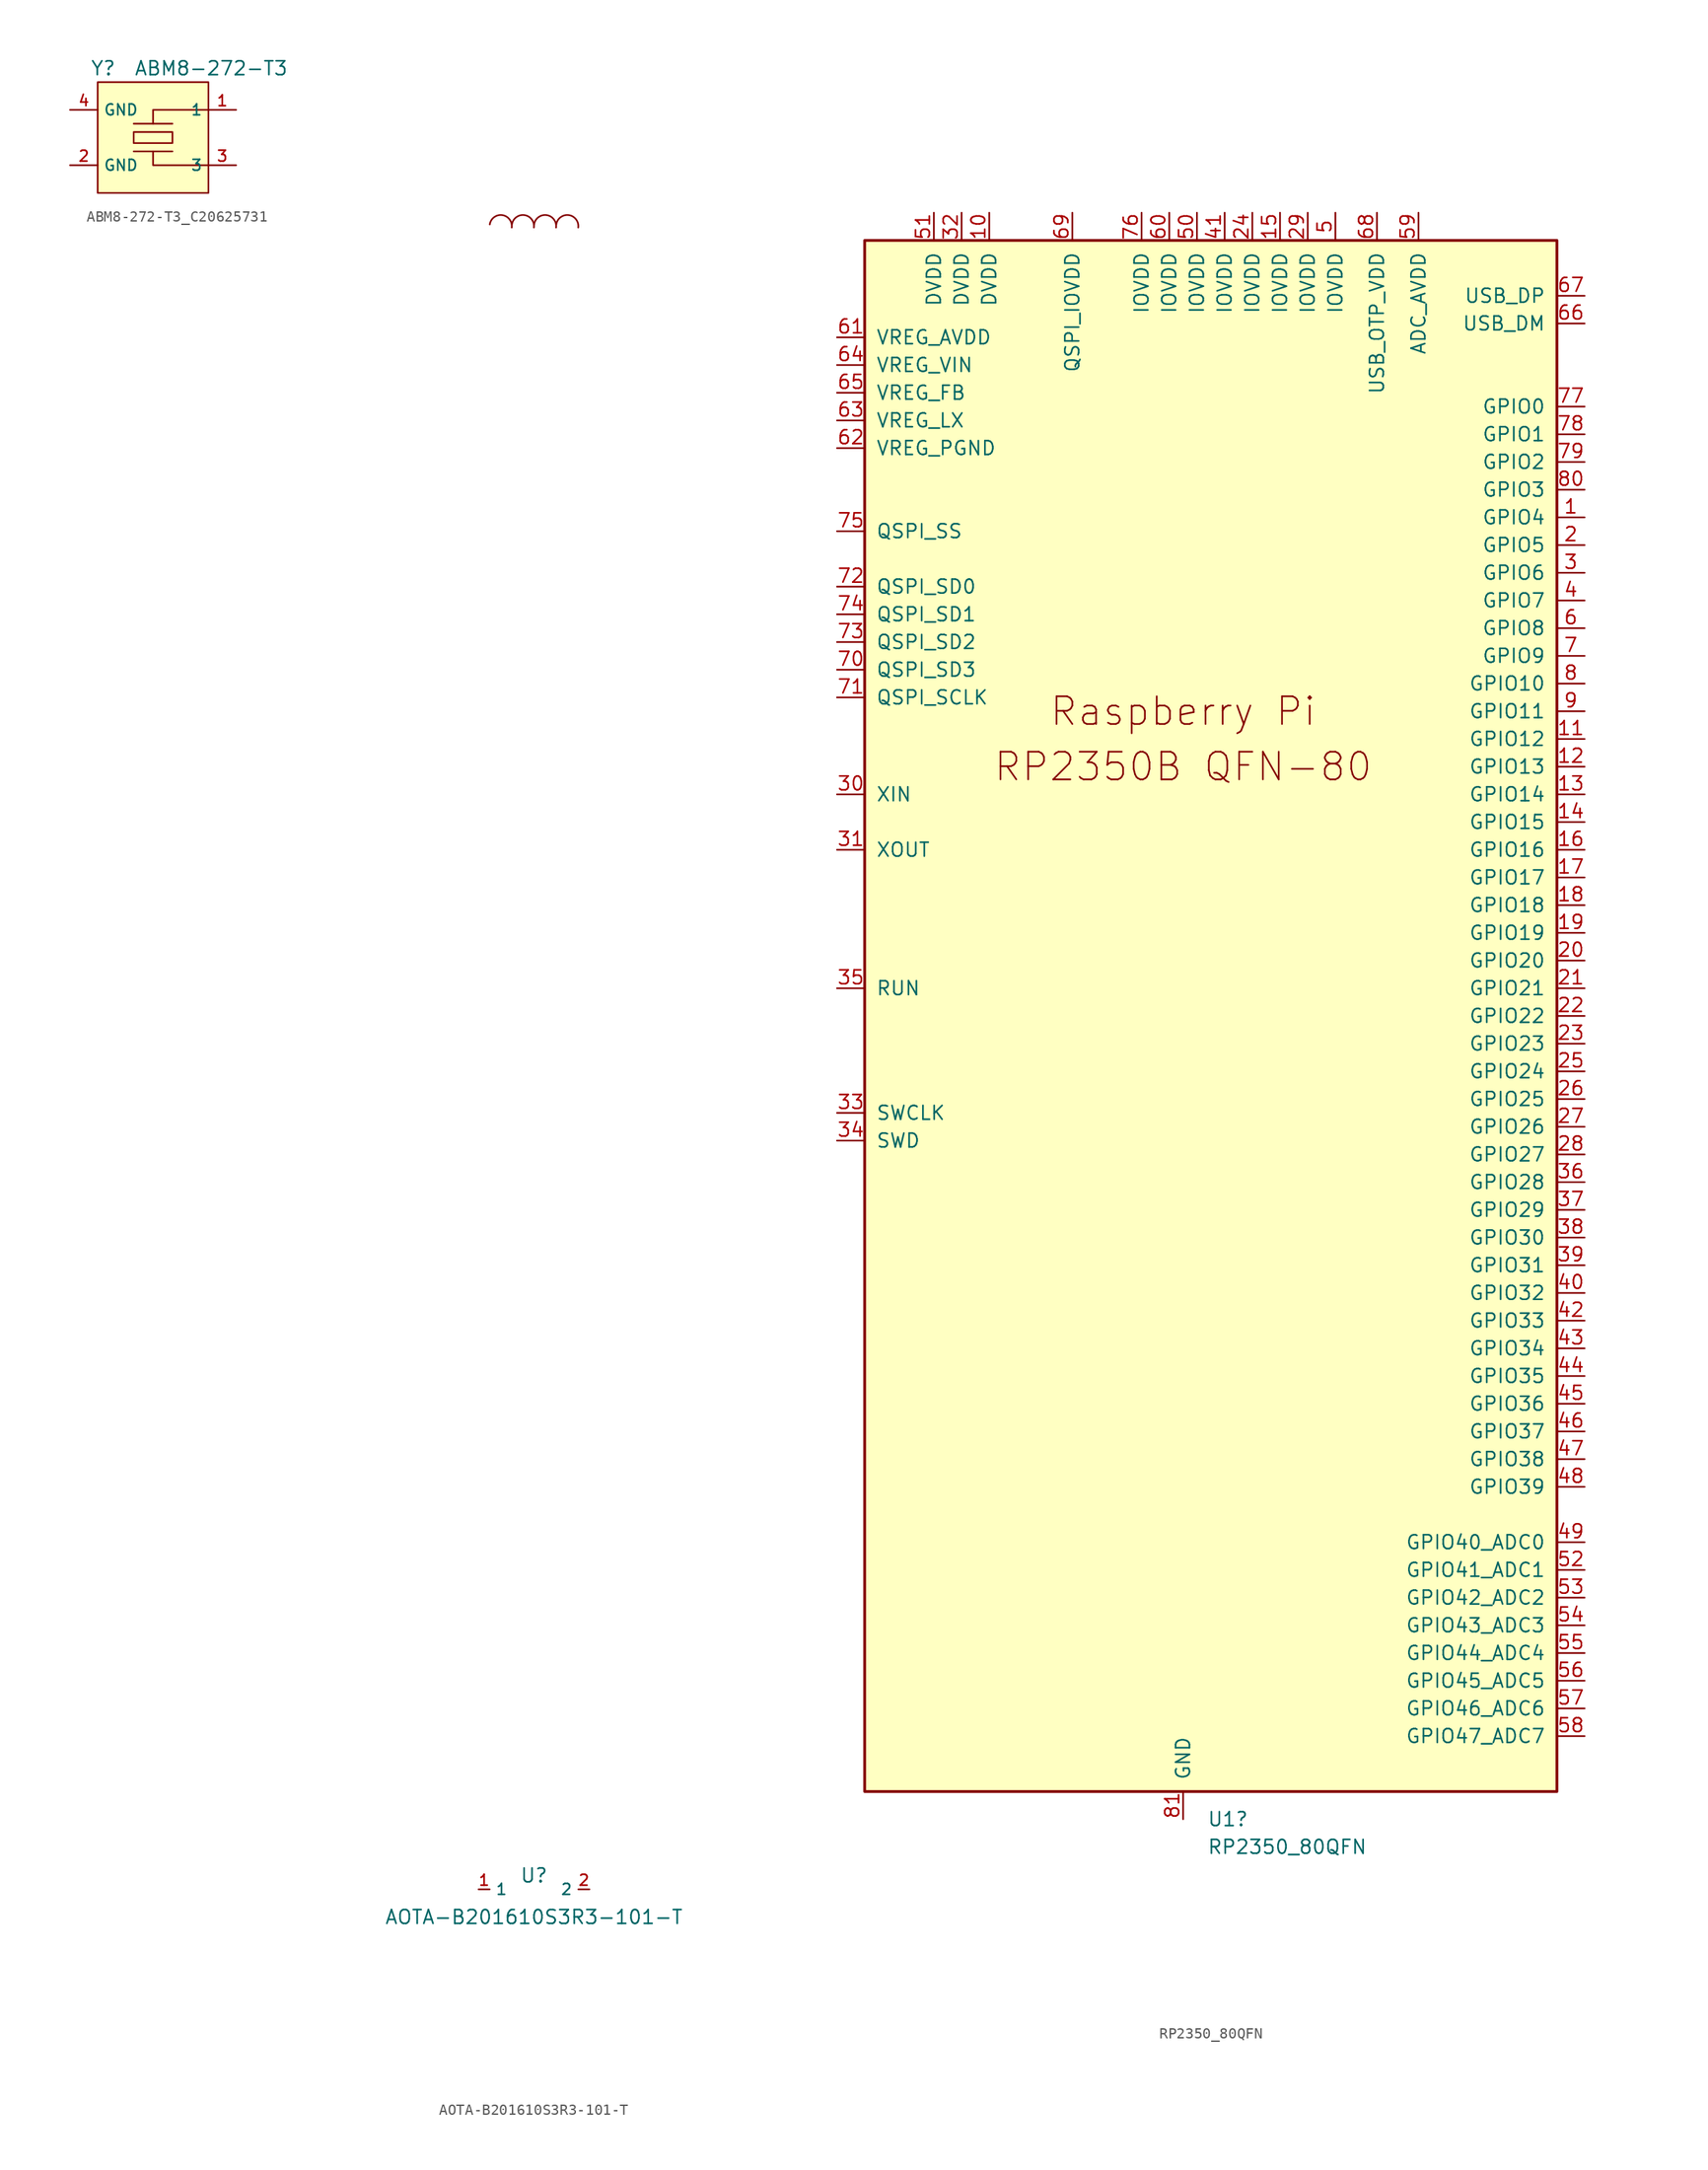
<source format=kicad_sym>
(kicad_symbol_lib
  (version 20231120)
  (generator "kicad_symbol_editor")
  (generator_version "8.0")
  (symbol "ABM8-272-T3_C20625731"
    (property "Reference" "Y"
      (at -4.572 6.35 0)
      (effects (font (size 1.27 1.27))))
    (property "Value" "ABM8-272-T3"
      (at 5.334 6.35 0)
      (effects (font (size 1.27 1.27))))
    (symbol "ABM8-272-T3_C20625731_0_1"
      (rectangle (start -5.08 5.08) (end 5.08 -5.08) (stroke (width 0) (type default)) (fill (type background)))
      (rectangle (start -1.778 0.508) (end 1.778 -0.508) (stroke (width 0) (type default)) (fill (type background)))
      (polyline (pts (xy 1.778 -1.27) (xy -1.778 -1.27)) (stroke (width 0) (type default)) (fill (type none)))
      (polyline (pts (xy 1.778 1.27) (xy -1.778 1.27)) (stroke (width 0) (type default)) (fill (type none)))
      (polyline (pts (xy 5.08 -2.54) (xy 0 -2.54) (xy 0 -2.54) (xy 0 -1.27)) (stroke (width 0) (type default)) (fill (type none)))
      (polyline (pts (xy 5.08 2.54) (xy 2.54 2.54) (xy 0 2.54) (xy 0 1.27)) (stroke (width 0) (type default)) (fill (type none)))
      (pin input line (at 7.62 2.54 180) (length 2.54) (name "1" (effects (font (size 1 1)))) (number "1" (effects (font (size 1 1)))))
      (pin input line (at -7.62 -2.54 0) (length 2.54) (name "GND" (effects (font (size 1 1)))) (number "2" (effects (font (size 1 1)))))
      (pin input line (at 7.62 -2.54 180) (length 2.54) (name "3" (effects (font (size 1 1)))) (number "3" (effects (font (size 1 1)))))
      (pin input line (at -7.62 2.54 0) (length 2.54) (name "GND" (effects (font (size 1 1)))) (number "4" (effects (font (size 1 1)))))))
  (symbol "AOTA-B201610S3R3-101-T"
    (property "Reference" "U"
      (at 0 1.27 0)
      (effects (font (size 1.27 1.27))))
    (property "Value" "AOTA-B201610S3R3-101-T"
      (at 0 -2.54 0)
      (effects (font (size 1.27 1.27))))
    (symbol "AOTA-B201610S3R3-101-T_0_1"
      (pin unspecified line (at 5.08 -0.0 180) (length 1.016) (name "2" (effects (font (size 1 1)))) (number "2" (effects (font (size 1 1)))))
      (pin unspecified line (at -5.08 -0.0 0) (length 1.016) (name "1" (effects (font (size 1 1)))) (number "1" (effects (font (size 1 1)))))
      (arc (start -2.041878763884499 152.2589971530446) (mid -2.9066984615212488 153.40643219490732) (end -4.0541334922236425 152.54161248246314) (stroke (width 0) (type default) (color 0 0 0 0)) (fill (type none)))
      (arc (start -0.009874699876370796 152.2589971530446) (mid -0.8746943975131207 153.40643219490732) (end -2.0221294282155147 152.54161248246314) (stroke (width 0) (type default) (color 0 0 0 0)) (fill (type none)))
      (arc (start 4.0541334281398855 152.2589971530446) (mid 3.1893137305031356 153.40643219490732) (end 2.0418786998007414 152.54161248246314) (stroke (width 0) (type default) (color 0 0 0 0)) (fill (type none)))
      (arc (start 2.0221293641317573 152.2589971530446) (mid 1.1573096664950073 153.40643219490732) (end 0.009874635792613502 152.54161248246314) (stroke (width 0) (type default) (color 0 0 0 0)) (fill (type none)))))
  (symbol "RP2350_80QFN"
    (pin_names
      (offset 1.016))
    (property "Reference" "U1"
      (at 2.194 -96.52 0)
      (effects (font (size 1.27 1.27)) (justify left)))
    (property "Value" "RP2350_80QFN"
      (at 2.194 -99.06 0)
      (effects (font (size 1.27 1.27)) (justify left)))
    (symbol "RP2350_80QFN_0_0"
      (text "Raspberry Pi" (at 0 5.08 0) (effects (font (size 2.54 2.54)))))
    (symbol "RP2350_80QFN_0_1"
      (rectangle (start -29.21 48.26) (end 34.29 -93.98) (stroke (width 0.254) (type default)) (fill (type background))))
    (symbol "RP2350_80QFN_1_0"
      (text "RP2350B QFN-80" (at 0 0 0) (effects (font (size 2.54 2.54)))))
    (symbol "RP2350_80QFN_1_1"
      (pin bidirectional line (at 36.83 22.86 180) (length 2.54) (name "GPIO4" (effects (font (size 1.27 1.27)))) (number "1" (effects (font (size 1.27 1.27)))))
      (pin power_in line (at -17.78 50.8 270) (length 2.54) (name "DVDD" (effects (font (size 1.27 1.27)))) (number "10" (effects (font (size 1.27 1.27)))))
      (pin bidirectional line (at 36.83 2.54 180) (length 2.54) (name "GPIO12" (effects (font (size 1.27 1.27)))) (number "11" (effects (font (size 1.27 1.27)))))
      (pin bidirectional line (at 36.83 0 180) (length 2.54) (name "GPIO13" (effects (font (size 1.27 1.27)))) (number "12" (effects (font (size 1.27 1.27)))))
      (pin bidirectional line (at 36.83 -2.54 180) (length 2.54) (name "GPIO14" (effects (font (size 1.27 1.27)))) (number "13" (effects (font (size 1.27 1.27)))))
      (pin bidirectional line (at 36.83 -5.08 180) (length 2.54) (name "GPIO15" (effects (font (size 1.27 1.27)))) (number "14" (effects (font (size 1.27 1.27)))))
      (pin power_in line (at 8.89 50.8 270) (length 2.54) (name "IOVDD" (effects (font (size 1.27 1.27)))) (number "15" (effects (font (size 1.27 1.27)))))
      (pin bidirectional line (at 36.83 -7.62 180) (length 2.54) (name "GPIO16" (effects (font (size 1.27 1.27)))) (number "16" (effects (font (size 1.27 1.27)))))
      (pin bidirectional line (at 36.83 -10.16 180) (length 2.54) (name "GPIO17" (effects (font (size 1.27 1.27)))) (number "17" (effects (font (size 1.27 1.27)))))
      (pin bidirectional line (at 36.83 -12.7 180) (length 2.54) (name "GPIO18" (effects (font (size 1.27 1.27)))) (number "18" (effects (font (size 1.27 1.27)))))
      (pin bidirectional line (at 36.83 -15.24 180) (length 2.54) (name "GPIO19" (effects (font (size 1.27 1.27)))) (number "19" (effects (font (size 1.27 1.27)))))
      (pin bidirectional line (at 36.83 20.32 180) (length 2.54) (name "GPIO5" (effects (font (size 1.27 1.27)))) (number "2" (effects (font (size 1.27 1.27)))))
      (pin bidirectional line (at 36.83 -17.78 180) (length 2.54) (name "GPIO20" (effects (font (size 1.27 1.27)))) (number "20" (effects (font (size 1.27 1.27)))))
      (pin bidirectional line (at 36.83 -20.32 180) (length 2.54) (name "GPIO21" (effects (font (size 1.27 1.27)))) (number "21" (effects (font (size 1.27 1.27)))))
      (pin bidirectional line (at 36.83 -22.86 180) (length 2.54) (name "GPIO22" (effects (font (size 1.27 1.27)))) (number "22" (effects (font (size 1.27 1.27)))))
      (pin bidirectional line (at 36.83 -25.4 180) (length 2.54) (name "GPIO23" (effects (font (size 1.27 1.27)))) (number "23" (effects (font (size 1.27 1.27)))))
      (pin power_in line (at 6.35 50.8 270) (length 2.54) (name "IOVDD" (effects (font (size 1.27 1.27)))) (number "24" (effects (font (size 1.27 1.27)))))
      (pin bidirectional line (at 36.83 -27.94 180) (length 2.54) (name "GPIO24" (effects (font (size 1.27 1.27)))) (number "25" (effects (font (size 1.27 1.27)))))
      (pin bidirectional line (at 36.83 -30.48 180) (length 2.54) (name "GPIO25" (effects (font (size 1.27 1.27)))) (number "26" (effects (font (size 1.27 1.27)))))
      (pin bidirectional line (at 36.83 -33.02 180) (length 2.54) (name "GPIO26" (effects (font (size 1.27 1.27)))) (number "27" (effects (font (size 1.27 1.27)))))
      (pin bidirectional line (at 36.83 -35.56 180) (length 2.54) (name "GPIO27" (effects (font (size 1.27 1.27)))) (number "28" (effects (font (size 1.27 1.27)))))
      (pin power_in line (at 11.43 50.8 270) (length 2.54) (name "IOVDD" (effects (font (size 1.27 1.27)))) (number "29" (effects (font (size 1.27 1.27)))))
      (pin bidirectional line (at 36.83 17.78 180) (length 2.54) (name "GPIO6" (effects (font (size 1.27 1.27)))) (number "3" (effects (font (size 1.27 1.27)))))
      (pin input line (at -31.75 -2.54 0) (length 2.54) (name "XIN" (effects (font (size 1.27 1.27)))) (number "30" (effects (font (size 1.27 1.27)))))
      (pin passive line (at -31.75 -7.62 0) (length 2.54) (name "XOUT" (effects (font (size 1.27 1.27)))) (number "31" (effects (font (size 1.27 1.27)))))
      (pin power_in line (at -20.32 50.8 270) (length 2.54) (name "DVDD" (effects (font (size 1.27 1.27)))) (number "32" (effects (font (size 1.27 1.27)))))
      (pin output line (at -31.75 -31.75 0) (length 2.54) (name "SWCLK" (effects (font (size 1.27 1.27)))) (number "33" (effects (font (size 1.27 1.27)))))
      (pin bidirectional line (at -31.75 -34.29 0) (length 2.54) (name "SWD" (effects (font (size 1.27 1.27)))) (number "34" (effects (font (size 1.27 1.27)))))
      (pin input line (at -31.75 -20.32 0) (length 2.54) (name "RUN" (effects (font (size 1.27 1.27)))) (number "35" (effects (font (size 1.27 1.27)))))
      (pin bidirectional line (at 36.83 -38.1 180) (length 2.54) (name "GPIO28" (effects (font (size 1.27 1.27)))) (number "36" (effects (font (size 1.27 1.27)))))
      (pin bidirectional line (at 36.83 -40.64 180) (length 2.54) (name "GPIO29" (effects (font (size 1.27 1.27)))) (number "37" (effects (font (size 1.27 1.27)))))
      (pin bidirectional line (at 36.83 -43.18 180) (length 2.54) (name "GPIO30" (effects (font (size 1.27 1.27)))) (number "38" (effects (font (size 1.27 1.27)))))
      (pin bidirectional line (at 36.83 -45.72 180) (length 2.54) (name "GPIO31" (effects (font (size 1.27 1.27)))) (number "39" (effects (font (size 1.27 1.27)))))
      (pin bidirectional line (at 36.83 15.24 180) (length 2.54) (name "GPIO7" (effects (font (size 1.27 1.27)))) (number "4" (effects (font (size 1.27 1.27)))))
      (pin bidirectional line (at 36.83 -48.26 180) (length 2.54) (name "GPIO32" (effects (font (size 1.27 1.27)))) (number "40" (effects (font (size 1.27 1.27)))))
      (pin power_in line (at 3.81 50.8 270) (length 2.54) (name "IOVDD" (effects (font (size 1.27 1.27)))) (number "41" (effects (font (size 1.27 1.27)))))
      (pin bidirectional line (at 36.83 -50.8 180) (length 2.54) (name "GPIO33" (effects (font (size 1.27 1.27)))) (number "42" (effects (font (size 1.27 1.27)))))
      (pin bidirectional line (at 36.83 -53.34 180) (length 2.54) (name "GPIO34" (effects (font (size 1.27 1.27)))) (number "43" (effects (font (size 1.27 1.27)))))
      (pin bidirectional line (at 36.83 -55.88 180) (length 2.54) (name "GPIO35" (effects (font (size 1.27 1.27)))) (number "44" (effects (font (size 1.27 1.27)))))
      (pin bidirectional line (at 36.83 -58.42 180) (length 2.54) (name "GPIO36" (effects (font (size 1.27 1.27)))) (number "45" (effects (font (size 1.27 1.27)))))
      (pin bidirectional line (at 36.83 -60.96 180) (length 2.54) (name "GPIO37" (effects (font (size 1.27 1.27)))) (number "46" (effects (font (size 1.27 1.27)))))
      (pin bidirectional line (at 36.83 -63.5 180) (length 2.54) (name "GPIO38" (effects (font (size 1.27 1.27)))) (number "47" (effects (font (size 1.27 1.27)))))
      (pin bidirectional line (at 36.83 -66.04 180) (length 2.54) (name "GPIO39" (effects (font (size 1.27 1.27)))) (number "48" (effects (font (size 1.27 1.27)))))
      (pin bidirectional line (at 36.83 -71.12 180) (length 2.54) (name "GPIO40_ADC0" (effects (font (size 1.27 1.27)))) (number "49" (effects (font (size 1.27 1.27)))))
      (pin power_in line (at 13.97 50.8 270) (length 2.54) (name "IOVDD" (effects (font (size 1.27 1.27)))) (number "5" (effects (font (size 1.27 1.27)))))
      (pin power_in line (at 1.27 50.8 270) (length 2.54) (name "IOVDD" (effects (font (size 1.27 1.27)))) (number "50" (effects (font (size 1.27 1.27)))))
      (pin power_in line (at -22.86 50.8 270) (length 2.54) (name "DVDD" (effects (font (size 1.27 1.27)))) (number "51" (effects (font (size 1.27 1.27)))))
      (pin bidirectional line (at 36.83 -73.66 180) (length 2.54) (name "GPIO41_ADC1" (effects (font (size 1.27 1.27)))) (number "52" (effects (font (size 1.27 1.27)))))
      (pin bidirectional line (at 36.83 -76.2 180) (length 2.54) (name "GPIO42_ADC2" (effects (font (size 1.27 1.27)))) (number "53" (effects (font (size 1.27 1.27)))))
      (pin bidirectional line (at 36.83 -78.74 180) (length 2.54) (name "GPIO43_ADC3" (effects (font (size 1.27 1.27)))) (number "54" (effects (font (size 1.27 1.27)))))
      (pin bidirectional line (at 36.83 -81.28 180) (length 2.54) (name "GPIO44_ADC4" (effects (font (size 1.27 1.27)))) (number "55" (effects (font (size 1.27 1.27)))))
      (pin bidirectional line (at 36.83 -83.82 180) (length 2.54) (name "GPIO45_ADC5" (effects (font (size 1.27 1.27)))) (number "56" (effects (font (size 1.27 1.27)))))
      (pin bidirectional line (at 36.83 -86.36 180) (length 2.54) (name "GPIO46_ADC6" (effects (font (size 1.27 1.27)))) (number "57" (effects (font (size 1.27 1.27)))))
      (pin bidirectional line (at 36.83 -88.9 180) (length 2.54) (name "GPIO47_ADC7" (effects (font (size 1.27 1.27)))) (number "58" (effects (font (size 1.27 1.27)))))
      (pin power_in line (at 21.59 50.8 270) (length 2.54) (name "ADC_AVDD" (effects (font (size 1.27 1.27)))) (number "59" (effects (font (size 1.27 1.27)))))
      (pin bidirectional line (at 36.83 12.7 180) (length 2.54) (name "GPIO8" (effects (font (size 1.27 1.27)))) (number "6" (effects (font (size 1.27 1.27)))))
      (pin power_in line (at -1.27 50.8 270) (length 2.54) (name "IOVDD" (effects (font (size 1.27 1.27)))) (number "60" (effects (font (size 1.27 1.27)))))
      (pin power_in line (at -31.75 39.37 0) (length 2.54) (name "VREG_AVDD" (effects (font (size 1.27 1.27)))) (number "61" (effects (font (size 1.27 1.27)))))
      (pin power_in line (at -31.75 29.21 0) (length 2.54) (name "VREG_PGND" (effects (font (size 1.27 1.27)))) (number "62" (effects (font (size 1.27 1.27)))))
      (pin power_out line (at -31.75 31.75 0) (length 2.54) (name "VREG_LX" (effects (font (size 1.27 1.27)))) (number "63" (effects (font (size 1.27 1.27)))))
      (pin power_in line (at -31.75 36.83 0) (length 2.54) (name "VREG_VIN" (effects (font (size 1.27 1.27)))) (number "64" (effects (font (size 1.27 1.27)))))
      (pin input line (at -31.75 34.29 0) (length 2.54) (name "VREG_FB" (effects (font (size 1.27 1.27)))) (number "65" (effects (font (size 1.27 1.27)))))
      (pin bidirectional line (at 36.83 40.64 180) (length 2.54) (name "USB_DM" (effects (font (size 1.27 1.27)))) (number "66" (effects (font (size 1.27 1.27)))))
      (pin bidirectional line (at 36.83 43.18 180) (length 2.54) (name "USB_DP" (effects (font (size 1.27 1.27)))) (number "67" (effects (font (size 1.27 1.27)))))
      (pin power_in line (at 17.78 50.8 270) (length 2.54) (name "USB_OTP_VDD" (effects (font (size 1.27 1.27)))) (number "68" (effects (font (size 1.27 1.27)))))
      (pin power_in line (at -10.16 50.8 270) (length 2.54) (name "QSPI_IOVDD" (effects (font (size 1.27 1.27)))) (number "69" (effects (font (size 1.27 1.27)))))
      (pin bidirectional line (at 36.83 10.16 180) (length 2.54) (name "GPIO9" (effects (font (size 1.27 1.27)))) (number "7" (effects (font (size 1.27 1.27)))))
      (pin bidirectional line (at -31.75 8.89 0) (length 2.54) (name "QSPI_SD3" (effects (font (size 1.27 1.27)))) (number "70" (effects (font (size 1.27 1.27)))))
      (pin output line (at -31.75 6.35 0) (length 2.54) (name "QSPI_SCLK" (effects (font (size 1.27 1.27)))) (number "71" (effects (font (size 1.27 1.27)))))
      (pin bidirectional line (at -31.75 16.51 0) (length 2.54) (name "QSPI_SD0" (effects (font (size 1.27 1.27)))) (number "72" (effects (font (size 1.27 1.27)))))
      (pin bidirectional line (at -31.75 11.43 0) (length 2.54) (name "QSPI_SD2" (effects (font (size 1.27 1.27)))) (number "73" (effects (font (size 1.27 1.27)))))
      (pin bidirectional line (at -31.75 13.97 0) (length 2.54) (name "QSPI_SD1" (effects (font (size 1.27 1.27)))) (number "74" (effects (font (size 1.27 1.27)))))
      (pin bidirectional line (at -31.75 21.59 0) (length 2.54) (name "QSPI_SS" (effects (font (size 1.27 1.27)))) (number "75" (effects (font (size 1.27 1.27)))))
      (pin power_in line (at -3.81 50.8 270) (length 2.54) (name "IOVDD" (effects (font (size 1.27 1.27)))) (number "76" (effects (font (size 1.27 1.27)))))
      (pin bidirectional line (at 36.83 33.02 180) (length 2.54) (name "GPIO0" (effects (font (size 1.27 1.27)))) (number "77" (effects (font (size 1.27 1.27)))))
      (pin bidirectional line (at 36.83 30.48 180) (length 2.54) (name "GPIO1" (effects (font (size 1.27 1.27)))) (number "78" (effects (font (size 1.27 1.27)))))
      (pin bidirectional line (at 36.83 27.94 180) (length 2.54) (name "GPIO2" (effects (font (size 1.27 1.27)))) (number "79" (effects (font (size 1.27 1.27)))))
      (pin bidirectional line (at 36.83 7.62 180) (length 2.54) (name "GPIO10" (effects (font (size 1.27 1.27)))) (number "8" (effects (font (size 1.27 1.27)))))
      (pin bidirectional line (at 36.83 25.4 180) (length 2.54) (name "GPIO3" (effects (font (size 1.27 1.27)))) (number "80" (effects (font (size 1.27 1.27)))))
      (pin power_in line (at 0 -96.52 90) (length 2.54) (name "GND" (effects (font (size 1.27 1.27)))) (number "81" (effects (font (size 1.27 1.27)))))
      (pin bidirectional line (at 36.83 5.08 180) (length 2.54) (name "GPIO11" (effects (font (size 1.27 1.27)))) (number "9" (effects (font (size 1.27 1.27))))))))
</source>
